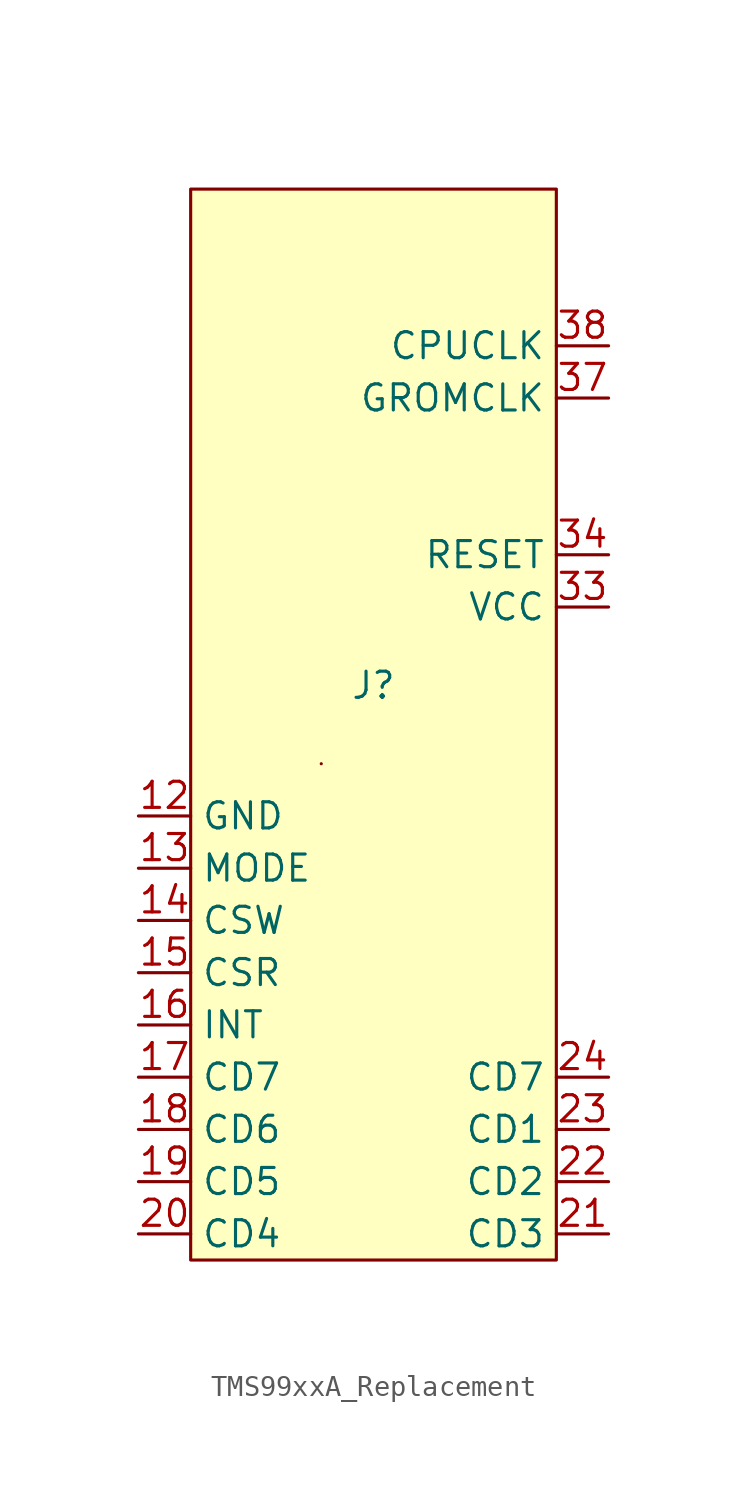
<source format=kicad_sym>
(kicad_symbol_lib
  (version 20220914)
  (generator kicad_symbol_editor)
  (symbol "TMS99xxA_Replacement"
    (property "Reference" "J"
      (at 0 0 0)
      (effects (font (size 1.27 1.27))))
    (property "Value" ""
      (at 0 0 0)
      (effects (font (size 1.27 1.27))))
    (symbol "TMS99xxA_Replacement_0_1"
      (rectangle (start -2.54 -3.81) (end -2.54 -3.81) (stroke (width 0) (type default)) (fill (type none))))
    (symbol "TMS99xxA_Replacement_1_1"
      (rectangle (start -8.89 24.13) (end 8.89 -27.94) (stroke (width 0) (type default)) (fill (type background)))
      (pin power_out line (at -11.43 -6.35 0) (length 2.54) (name "GND" (effects (font (size 1.27 1.27)))) (number "12" (effects (font (size 1.27 1.27)))))
      (pin output line (at -11.43 -8.89 0) (length 2.54) (name "MODE" (effects (font (size 1.27 1.27)))) (number "13" (effects (font (size 1.27 1.27)))))
      (pin output line (at -11.43 -11.43 0) (length 2.54) (name "CSW" (effects (font (size 1.27 1.27)))) (number "14" (effects (font (size 1.27 1.27)))))
      (pin output line (at -11.43 -13.97 0) (length 2.54) (name "CSR" (effects (font (size 1.27 1.27)))) (number "15" (effects (font (size 1.27 1.27)))))
      (pin input line (at -11.43 -16.51 0) (length 2.54) (name "INT" (effects (font (size 1.27 1.27)))) (number "16" (effects (font (size 1.27 1.27)))))
      (pin bidirectional line (at -11.43 -19.05 0) (length 2.54) (name "CD7" (effects (font (size 1.27 1.27)))) (number "17" (effects (font (size 1.27 1.27)))))
      (pin bidirectional line (at -11.43 -21.59 0) (length 2.54) (name "CD6" (effects (font (size 1.27 1.27)))) (number "18" (effects (font (size 1.27 1.27)))))
      (pin bidirectional line (at -11.43 -24.13 0) (length 2.54) (name "CD5" (effects (font (size 1.27 1.27)))) (number "19" (effects (font (size 1.27 1.27)))))
      (pin bidirectional line (at -11.43 -26.67 0) (length 2.54) (name "CD4" (effects (font (size 1.27 1.27)))) (number "20" (effects (font (size 1.27 1.27)))))
      (pin bidirectional line (at 11.43 -26.67 180) (length 2.54) (name "CD3" (effects (font (size 1.27 1.27)))) (number "21" (effects (font (size 1.27 1.27)))))
      (pin bidirectional line (at 11.43 -24.13 180) (length 2.54) (name "CD2" (effects (font (size 1.27 1.27)))) (number "22" (effects (font (size 1.27 1.27)))))
      (pin bidirectional line (at 11.43 -21.59 180) (length 2.54) (name "CD1" (effects (font (size 1.27 1.27)))) (number "23" (effects (font (size 1.27 1.27)))))
      (pin bidirectional line (at 11.43 -19.05 180) (length 2.54) (name "CD7" (effects (font (size 1.27 1.27)))) (number "24" (effects (font (size 1.27 1.27)))))
      (pin power_out line (at 11.43 3.81 180) (length 2.54) (name "VCC" (effects (font (size 1.27 1.27)))) (number "33" (effects (font (size 1.27 1.27)))))
      (pin output line (at 11.43 6.35 180) (length 2.54) (name "RESET" (effects (font (size 1.27 1.27)))) (number "34" (effects (font (size 1.27 1.27)))))
      (pin input line (at 11.43 13.97 180) (length 2.54) (name "GROMCLK" (effects (font (size 1.27 1.27)))) (number "37" (effects (font (size 1.27 1.27)))))
      (pin input line (at 11.43 16.51 180) (length 2.54) (name "CPUCLK" (effects (font (size 1.27 1.27)))) (number "38" (effects (font (size 1.27 1.27))))))))
</source>
